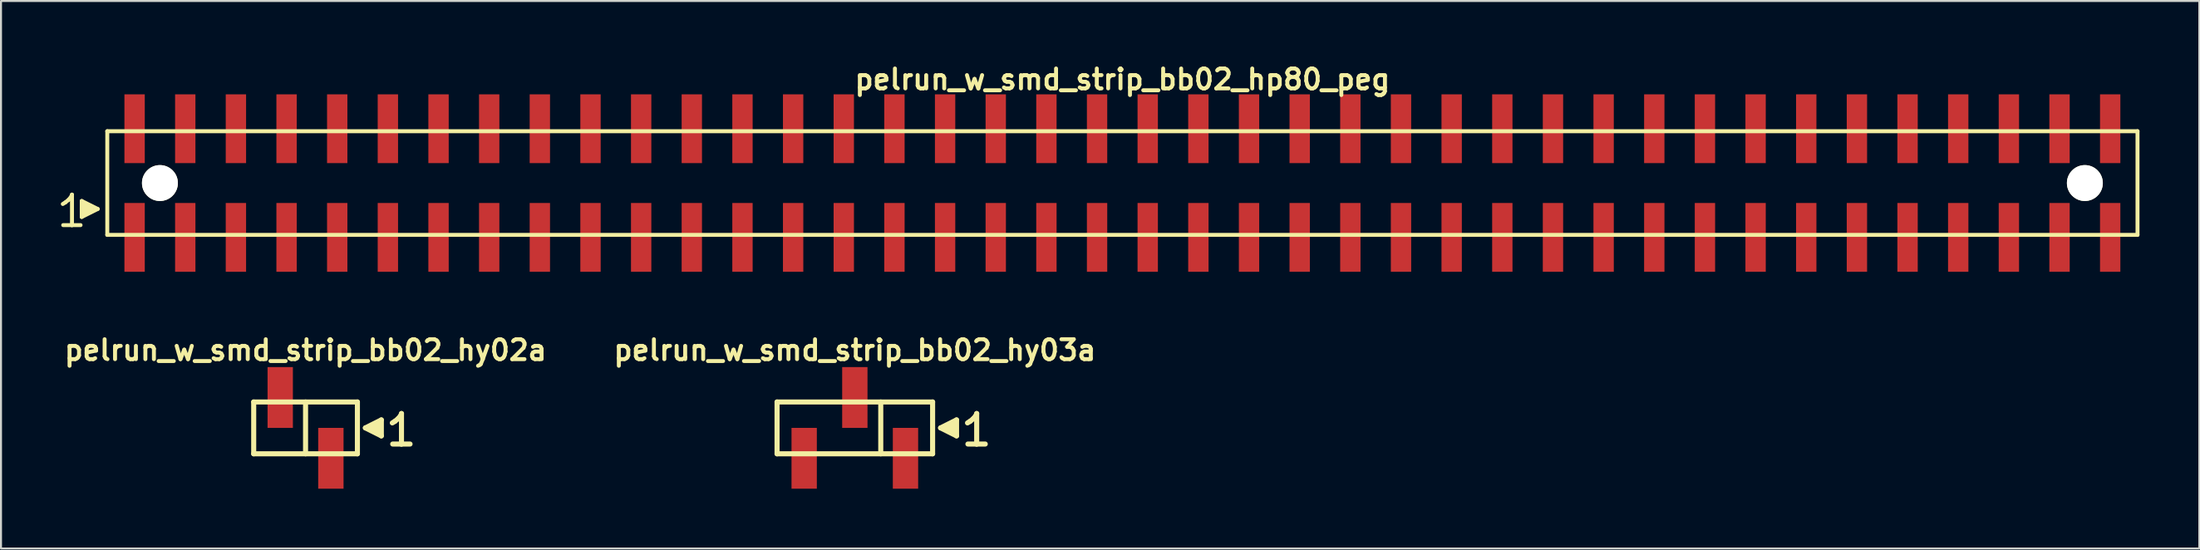
<source format=kicad_pcb>
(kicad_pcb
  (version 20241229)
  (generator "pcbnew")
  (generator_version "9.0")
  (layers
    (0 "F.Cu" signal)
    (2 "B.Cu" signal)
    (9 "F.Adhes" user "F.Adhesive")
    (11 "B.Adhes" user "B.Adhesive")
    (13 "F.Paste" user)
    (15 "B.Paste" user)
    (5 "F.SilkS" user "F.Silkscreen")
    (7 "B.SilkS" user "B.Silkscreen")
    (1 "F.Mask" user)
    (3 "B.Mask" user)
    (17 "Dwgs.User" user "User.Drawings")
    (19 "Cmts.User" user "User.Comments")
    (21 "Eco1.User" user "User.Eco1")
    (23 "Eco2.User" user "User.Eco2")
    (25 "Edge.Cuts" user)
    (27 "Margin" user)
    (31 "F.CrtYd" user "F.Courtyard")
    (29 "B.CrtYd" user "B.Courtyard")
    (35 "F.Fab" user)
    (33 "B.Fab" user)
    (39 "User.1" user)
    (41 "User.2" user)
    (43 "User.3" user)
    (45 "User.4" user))
  (footprint "pelrun_w_smd_strip_bb02_hy03a"
    (layer "F.Cu")
    (at 39.813 18.413)
    (property "Reference" "pelrun_w_smd_strip_bb02_hy03a" (at 0 -3.9 0) (layer "F.SilkS") (effects (font (size 0.998 0.998) (thickness 0.198))))
    (attr through_hole)
    (fp_line (start -3.9 -1.3) (end 3.9 -1.3) (stroke (width 0.254) (type solid)) (layer "F.SilkS"))
    (fp_line (start -3.9 1.3) (end -3.9 -1.3) (stroke (width 0.254) (type solid)) (layer "F.SilkS"))
    (fp_line (start 1.3 1.3) (end 1.3 -1.3) (stroke (width 0.254) (type solid)) (layer "F.SilkS"))
    (fp_line (start 3.9 -1.3) (end 3.9 1.3) (stroke (width 0.254) (type solid)) (layer "F.SilkS"))
    (fp_line (start 3.9 1.3) (end -3.9 1.3) (stroke (width 0.254) (type solid)) (layer "F.SilkS"))
    (fp_line (start 4.3 0) (end 5.1 0.4) (stroke (width 0.254) (type solid)) (layer "F.SilkS"))
    (fp_line (start 4.6 0.1) (end 4.6 -0.1) (stroke (width 0.254) (type solid)) (layer "F.SilkS"))
    (fp_line (start 4.7 -0.1) (end 4.7 0.1) (stroke (width 0.254) (type solid)) (layer "F.SilkS"))
    (fp_line (start 4.8 0.2) (end 4.8 -0.2) (stroke (width 0.254) (type solid)) (layer "F.SilkS"))
    (fp_line (start 4.9 -0.2) (end 4.9 0.2) (stroke (width 0.254) (type solid)) (layer "F.SilkS"))
    (fp_line (start 5 0.3) (end 5 -0.3) (stroke (width 0.254) (type solid)) (layer "F.SilkS"))
    (fp_line (start 5.1 -0.4) (end 4.3 0) (stroke (width 0.254) (type solid)) (layer "F.SilkS"))
    (fp_line (start 5.1 0.4) (end 5.1 -0.4) (stroke (width 0.254) (type solid)) (layer "F.SilkS"))
    (fp_line (start 5.65 -0.25) (end 5.78 -0.33) (stroke (width 0.254) (type solid)) (layer "F.SilkS"))
    (fp_line (start 5.78 -0.33) (end 5.94 -0.46) (stroke (width 0.254) (type solid)) (layer "F.SilkS"))
    (fp_line (start 5.94 -0.46) (end 6.08 -0.63) (stroke (width 0.254) (type solid)) (layer "F.SilkS"))
    (fp_line (start 6.08 -0.63) (end 6.11 -0.72) (stroke (width 0.254) (type solid)) (layer "F.SilkS"))
    (fp_line (start 6.11 -0.72) (end 6.11 0.81) (stroke (width 0.254) (type solid)) (layer "F.SilkS"))
    (fp_line (start 6.11 0.81) (end 5.67 0.81) (stroke (width 0.254) (type solid)) (layer "F.SilkS"))
    (fp_line (start 6.54 0.81) (end 6.1 0.81) (stroke (width 0.254) (type solid)) (layer "F.SilkS"))
    (pad "1" smd rect (at 2.54 1.525) (size 1.27 3.05) (layers "F.Cu" "F.Mask" "F.Paste"))
    (pad "2" smd rect (at 0 -1.525) (size 1.27 3.05) (layers "F.Cu" "F.Mask" "F.Paste"))
    (pad "3" smd rect (at -2.54 1.525) (size 1.27 3.05) (layers "F.Cu" "F.Mask" "F.Paste")))
  (footprint "pelrun_w_smd_strip_bb02_hy02a"
    (layer "F.Cu")
    (at 12.271 18.413)
    (property "Reference" "pelrun_w_smd_strip_bb02_hy02a" (at 0 -3.9 0) (layer "F.SilkS") (effects (font (size 0.998 0.998) (thickness 0.198))))
    (attr through_hole)
    (fp_line (start -2.6 -1.3) (end 2.6 -1.3) (stroke (width 0.254) (type solid)) (layer "F.SilkS"))
    (fp_line (start -2.6 1.3) (end -2.6 -1.3) (stroke (width 0.254) (type solid)) (layer "F.SilkS"))
    (fp_line (start 0 1.3) (end 0 -1.3) (stroke (width 0.254) (type solid)) (layer "F.SilkS"))
    (fp_line (start 2.6 -1.3) (end 2.6 1.3) (stroke (width 0.254) (type solid)) (layer "F.SilkS"))
    (fp_line (start 2.6 1.3) (end -2.6 1.3) (stroke (width 0.254) (type solid)) (layer "F.SilkS"))
    (fp_line (start 3 0) (end 3.8 0.4) (stroke (width 0.254) (type solid)) (layer "F.SilkS"))
    (fp_line (start 3.3 0.1) (end 3.3 -0.1) (stroke (width 0.254) (type solid)) (layer "F.SilkS"))
    (fp_line (start 3.4 -0.1) (end 3.4 0.1) (stroke (width 0.254) (type solid)) (layer "F.SilkS"))
    (fp_line (start 3.5 0.2) (end 3.5 -0.2) (stroke (width 0.254) (type solid)) (layer "F.SilkS"))
    (fp_line (start 3.6 -0.2) (end 3.6 0.2) (stroke (width 0.254) (type solid)) (layer "F.SilkS"))
    (fp_line (start 3.7 0.3) (end 3.7 -0.3) (stroke (width 0.254) (type solid)) (layer "F.SilkS"))
    (fp_line (start 3.8 -0.4) (end 3 0) (stroke (width 0.254) (type solid)) (layer "F.SilkS"))
    (fp_line (start 3.8 0.4) (end 3.8 -0.4) (stroke (width 0.254) (type solid)) (layer "F.SilkS"))
    (fp_line (start 4.35 -0.25) (end 4.48 -0.33) (stroke (width 0.254) (type solid)) (layer "F.SilkS"))
    (fp_line (start 4.48 -0.33) (end 4.64 -0.46) (stroke (width 0.254) (type solid)) (layer "F.SilkS"))
    (fp_line (start 4.64 -0.46) (end 4.78 -0.63) (stroke (width 0.254) (type solid)) (layer "F.SilkS"))
    (fp_line (start 4.78 -0.63) (end 4.81 -0.72) (stroke (width 0.254) (type solid)) (layer "F.SilkS"))
    (fp_line (start 4.81 -0.72) (end 4.81 0.81) (stroke (width 0.254) (type solid)) (layer "F.SilkS"))
    (fp_line (start 4.81 0.81) (end 4.37 0.81) (stroke (width 0.254) (type solid)) (layer "F.SilkS"))
    (fp_line (start 5.24 0.81) (end 4.8 0.81) (stroke (width 0.254) (type solid)) (layer "F.SilkS"))
    (pad "1" smd rect (at 1.27 1.525) (size 1.27 3.05) (layers "F.Cu" "F.Mask" "F.Paste"))
    (pad "2" smd rect (at -1.27 -1.525) (size 1.27 3.05) (layers "F.Cu" "F.Mask" "F.Paste")))
  (footprint "pelrun_w_smd_strip_bb02_hp80_peg"
    (layer "F.Cu")
    (at 53.229 6.132)
    (property "Reference" "pelrun_w_smd_strip_bb02_hp80_peg" (at 0 -5.2 0) (layer "F.SilkS") (effects (font (size 0.998 0.998) (thickness 0.198))))
    (attr through_hole)
    (fp_line (start -53.13 1.05) (end -53 0.97) (stroke (width 0.198) (type solid)) (layer "F.SilkS"))
    (fp_line (start -53 0.97) (end -52.84 0.84) (stroke (width 0.198) (type solid)) (layer "F.SilkS"))
    (fp_line (start -52.84 0.84) (end -52.7 0.67) (stroke (width 0.198) (type solid)) (layer "F.SilkS"))
    (fp_line (start -52.7 0.67) (end -52.67 0.58) (stroke (width 0.198) (type solid)) (layer "F.SilkS"))
    (fp_line (start -52.67 0.58) (end -52.67 2.11) (stroke (width 0.198) (type solid)) (layer "F.SilkS"))
    (fp_line (start -52.67 2.11) (end -53.11 2.11) (stroke (width 0.198) (type solid)) (layer "F.SilkS"))
    (fp_line (start -52.24 2.11) (end -52.68 2.11) (stroke (width 0.198) (type solid)) (layer "F.SilkS"))
    (fp_line (start -52.18 0.9) (end -51.38 1.3) (stroke (width 0.198) (type solid)) (layer "F.SilkS"))
    (fp_line (start -52.18 1.7) (end -52.18 0.9) (stroke (width 0.198) (type solid)) (layer "F.SilkS"))
    (fp_line (start -52.08 1.6) (end -52.08 1) (stroke (width 0.198) (type solid)) (layer "F.SilkS"))
    (fp_line (start -51.98 1.1) (end -51.98 1.5) (stroke (width 0.198) (type solid)) (layer "F.SilkS"))
    (fp_line (start -51.88 1.5) (end -51.88 1.1) (stroke (width 0.198) (type solid)) (layer "F.SilkS"))
    (fp_line (start -51.78 1.2) (end -51.78 1.4) (stroke (width 0.198) (type solid)) (layer "F.SilkS"))
    (fp_line (start -51.68 1.4) (end -51.68 1.2) (stroke (width 0.198) (type solid)) (layer "F.SilkS"))
    (fp_line (start -51.38 1.3) (end -52.18 1.7) (stroke (width 0.198) (type solid)) (layer "F.SilkS"))
    (fp_line (start -50.9 -2.6) (end -50.9 2.6) (stroke (width 0.198) (type solid)) (layer "F.SilkS"))
    (fp_line (start -50.9 -2.6) (end 50.9 -2.6) (stroke (width 0.198) (type solid)) (layer "F.SilkS"))
    (fp_line (start -50.9 2.6) (end 50.9 2.6) (stroke (width 0.198) (type solid)) (layer "F.SilkS"))
    (fp_line (start 50.9 2.6) (end 50.9 -2.6) (stroke (width 0.198) (type solid)) (layer "F.SilkS"))
    (pad "" np_thru_hole circle (at -48.26 0) (size 1.8 1.8) (drill 1.8) (layers "*.Cu" "*.Mask" "F.SilkS"))
    (pad "" np_thru_hole circle (at 48.26 0) (size 1.8 1.8) (drill 1.8) (layers "*.Cu" "*.Mask" "F.SilkS"))
    (pad "1" smd rect (at -49.53 2.725) (size 1.02 3.45) (layers "F.Cu" "F.Mask" "F.Paste"))
    (pad "2" smd rect (at -49.53 -2.725) (size 1.02 3.45) (layers "F.Cu" "F.Mask" "F.Paste"))
    (pad "3" smd rect (at -46.99 2.725) (size 1.02 3.45) (layers "F.Cu" "F.Mask" "F.Paste"))
    (pad "4" smd rect (at -46.99 -2.725) (size 1.02 3.45) (layers "F.Cu" "F.Mask" "F.Paste"))
    (pad "5" smd rect (at -44.45 2.725) (size 1.02 3.45) (layers "F.Cu" "F.Mask" "F.Paste"))
    (pad "6" smd rect (at -44.45 -2.725) (size 1.02 3.45) (layers "F.Cu" "F.Mask" "F.Paste"))
    (pad "7" smd rect (at -41.91 2.725) (size 1.02 3.45) (layers "F.Cu" "F.Mask" "F.Paste"))
    (pad "8" smd rect (at -41.91 -2.725) (size 1.02 3.45) (layers "F.Cu" "F.Mask" "F.Paste"))
    (pad "9" smd rect (at -39.37 2.725) (size 1.02 3.45) (layers "F.Cu" "F.Mask" "F.Paste"))
    (pad "10" smd rect (at -39.37 -2.725) (size 1.02 3.45) (layers "F.Cu" "F.Mask" "F.Paste"))
    (pad "11" smd rect (at -36.83 2.725) (size 1.02 3.45) (layers "F.Cu" "F.Mask" "F.Paste"))
    (pad "12" smd rect (at -36.83 -2.725) (size 1.02 3.45) (layers "F.Cu" "F.Mask" "F.Paste"))
    (pad "13" smd rect (at -34.29 2.725) (size 1.02 3.45) (layers "F.Cu" "F.Mask" "F.Paste"))
    (pad "14" smd rect (at -34.29 -2.725) (size 1.02 3.45) (layers "F.Cu" "F.Mask" "F.Paste"))
    (pad "15" smd rect (at -31.75 2.725) (size 1.02 3.45) (layers "F.Cu" "F.Mask" "F.Paste"))
    (pad "16" smd rect (at -31.75 -2.725) (size 1.02 3.45) (layers "F.Cu" "F.Mask" "F.Paste"))
    (pad "17" smd rect (at -29.21 2.725) (size 1.02 3.45) (layers "F.Cu" "F.Mask" "F.Paste"))
    (pad "18" smd rect (at -29.21 -2.725) (size 1.02 3.45) (layers "F.Cu" "F.Mask" "F.Paste"))
    (pad "19" smd rect (at -26.67 2.725) (size 1.02 3.45) (layers "F.Cu" "F.Mask" "F.Paste"))
    (pad "20" smd rect (at -26.67 -2.725) (size 1.02 3.45) (layers "F.Cu" "F.Mask" "F.Paste"))
    (pad "21" smd rect (at -24.13 2.725) (size 1.02 3.45) (layers "F.Cu" "F.Mask" "F.Paste"))
    (pad "22" smd rect (at -24.13 -2.725) (size 1.02 3.45) (layers "F.Cu" "F.Mask" "F.Paste"))
    (pad "23" smd rect (at -21.59 2.725) (size 1.02 3.45) (layers "F.Cu" "F.Mask" "F.Paste"))
    (pad "24" smd rect (at -21.59 -2.725) (size 1.02 3.45) (layers "F.Cu" "F.Mask" "F.Paste"))
    (pad "25" smd rect (at -19.05 2.725) (size 1.02 3.45) (layers "F.Cu" "F.Mask" "F.Paste"))
    (pad "26" smd rect (at -19.05 -2.725) (size 1.02 3.45) (layers "F.Cu" "F.Mask" "F.Paste"))
    (pad "27" smd rect (at -16.51 2.725) (size 1.02 3.45) (layers "F.Cu" "F.Mask" "F.Paste"))
    (pad "28" smd rect (at -16.51 -2.725) (size 1.02 3.45) (layers "F.Cu" "F.Mask" "F.Paste"))
    (pad "29" smd rect (at -13.97 2.725) (size 1.02 3.45) (layers "F.Cu" "F.Mask" "F.Paste"))
    (pad "30" smd rect (at -13.97 -2.725) (size 1.02 3.45) (layers "F.Cu" "F.Mask" "F.Paste"))
    (pad "31" smd rect (at -11.43 2.725) (size 1.02 3.45) (layers "F.Cu" "F.Mask" "F.Paste"))
    (pad "32" smd rect (at -11.43 -2.725) (size 1.02 3.45) (layers "F.Cu" "F.Mask" "F.Paste"))
    (pad "33" smd rect (at -8.89 2.725) (size 1.02 3.45) (layers "F.Cu" "F.Mask" "F.Paste"))
    (pad "34" smd rect (at -8.89 -2.725) (size 1.02 3.45) (layers "F.Cu" "F.Mask" "F.Paste"))
    (pad "35" smd rect (at -6.35 2.725) (size 1.02 3.45) (layers "F.Cu" "F.Mask" "F.Paste"))
    (pad "36" smd rect (at -6.35 -2.725) (size 1.02 3.45) (layers "F.Cu" "F.Mask" "F.Paste"))
    (pad "37" smd rect (at -3.81 2.725) (size 1.02 3.45) (layers "F.Cu" "F.Mask" "F.Paste"))
    (pad "38" smd rect (at -3.81 -2.725) (size 1.02 3.45) (layers "F.Cu" "F.Mask" "F.Paste"))
    (pad "39" smd rect (at -1.27 2.725) (size 1.02 3.45) (layers "F.Cu" "F.Mask" "F.Paste"))
    (pad "40" smd rect (at -1.27 -2.725) (size 1.02 3.45) (layers "F.Cu" "F.Mask" "F.Paste"))
    (pad "41" smd rect (at 1.27 2.725) (size 1.02 3.45) (layers "F.Cu" "F.Mask" "F.Paste"))
    (pad "42" smd rect (at 1.27 -2.725) (size 1.02 3.45) (layers "F.Cu" "F.Mask" "F.Paste"))
    (pad "43" smd rect (at 3.81 2.725) (size 1.02 3.45) (layers "F.Cu" "F.Mask" "F.Paste"))
    (pad "44" smd rect (at 3.81 -2.725) (size 1.02 3.45) (layers "F.Cu" "F.Mask" "F.Paste"))
    (pad "45" smd rect (at 6.35 2.725) (size 1.02 3.45) (layers "F.Cu" "F.Mask" "F.Paste"))
    (pad "46" smd rect (at 6.35 -2.725) (size 1.02 3.45) (layers "F.Cu" "F.Mask" "F.Paste"))
    (pad "47" smd rect (at 8.89 2.725) (size 1.02 3.45) (layers "F.Cu" "F.Mask" "F.Paste"))
    (pad "48" smd rect (at 8.89 -2.725) (size 1.02 3.45) (layers "F.Cu" "F.Mask" "F.Paste"))
    (pad "49" smd rect (at 11.43 2.725) (size 1.02 3.45) (layers "F.Cu" "F.Mask" "F.Paste"))
    (pad "50" smd rect (at 11.43 -2.725) (size 1.02 3.45) (layers "F.Cu" "F.Mask" "F.Paste"))
    (pad "51" smd rect (at 13.97 2.725) (size 1.02 3.45) (layers "F.Cu" "F.Mask" "F.Paste"))
    (pad "52" smd rect (at 13.97 -2.725) (size 1.02 3.45) (layers "F.Cu" "F.Mask" "F.Paste"))
    (pad "53" smd rect (at 16.51 2.725) (size 1.02 3.45) (layers "F.Cu" "F.Mask" "F.Paste"))
    (pad "54" smd rect (at 16.51 -2.725) (size 1.02 3.45) (layers "F.Cu" "F.Mask" "F.Paste"))
    (pad "55" smd rect (at 19.05 2.725) (size 1.02 3.45) (layers "F.Cu" "F.Mask" "F.Paste"))
    (pad "56" smd rect (at 19.05 -2.725) (size 1.02 3.45) (layers "F.Cu" "F.Mask" "F.Paste"))
    (pad "57" smd rect (at 21.59 2.725) (size 1.02 3.45) (layers "F.Cu" "F.Mask" "F.Paste"))
    (pad "58" smd rect (at 21.59 -2.725) (size 1.02 3.45) (layers "F.Cu" "F.Mask" "F.Paste"))
    (pad "59" smd rect (at 24.13 2.725) (size 1.02 3.45) (layers "F.Cu" "F.Mask" "F.Paste"))
    (pad "60" smd rect (at 24.13 -2.725) (size 1.02 3.45) (layers "F.Cu" "F.Mask" "F.Paste"))
    (pad "61" smd rect (at 26.67 2.725) (size 1.02 3.45) (layers "F.Cu" "F.Mask" "F.Paste"))
    (pad "62" smd rect (at 26.67 -2.725) (size 1.02 3.45) (layers "F.Cu" "F.Mask" "F.Paste"))
    (pad "63" smd rect (at 29.21 2.725) (size 1.02 3.45) (layers "F.Cu" "F.Mask" "F.Paste"))
    (pad "64" smd rect (at 29.21 -2.725) (size 1.02 3.45) (layers "F.Cu" "F.Mask" "F.Paste"))
    (pad "65" smd rect (at 31.75 2.725) (size 1.02 3.45) (layers "F.Cu" "F.Mask" "F.Paste"))
    (pad "66" smd rect (at 31.75 -2.725) (size 1.02 3.45) (layers "F.Cu" "F.Mask" "F.Paste"))
    (pad "67" smd rect (at 34.29 2.725) (size 1.02 3.45) (layers "F.Cu" "F.Mask" "F.Paste"))
    (pad "68" smd rect (at 34.29 -2.725) (size 1.02 3.45) (layers "F.Cu" "F.Mask" "F.Paste"))
    (pad "69" smd rect (at 36.83 2.725) (size 1.02 3.45) (layers "F.Cu" "F.Mask" "F.Paste"))
    (pad "70" smd rect (at 36.83 -2.725) (size 1.02 3.45) (layers "F.Cu" "F.Mask" "F.Paste"))
    (pad "71" smd rect (at 39.37 2.725) (size 1.02 3.45) (layers "F.Cu" "F.Mask" "F.Paste"))
    (pad "72" smd rect (at 39.37 -2.725) (size 1.02 3.45) (layers "F.Cu" "F.Mask" "F.Paste"))
    (pad "73" smd rect (at 41.91 2.725) (size 1.02 3.45) (layers "F.Cu" "F.Mask" "F.Paste"))
    (pad "74" smd rect (at 41.91 -2.725) (size 1.02 3.45) (layers "F.Cu" "F.Mask" "F.Paste"))
    (pad "75" smd rect (at 44.45 2.725) (size 1.02 3.45) (layers "F.Cu" "F.Mask" "F.Paste"))
    (pad "76" smd rect (at 44.45 -2.725) (size 1.02 3.45) (layers "F.Cu" "F.Mask" "F.Paste"))
    (pad "77" smd rect (at 46.99 2.725) (size 1.02 3.45) (layers "F.Cu" "F.Mask" "F.Paste"))
    (pad "78" smd rect (at 46.99 -2.725) (size 1.02 3.45) (layers "F.Cu" "F.Mask" "F.Paste"))
    (pad "79" smd rect (at 49.53 2.725) (size 1.02 3.45) (layers "F.Cu" "F.Mask" "F.Paste"))
    (pad "80" smd rect (at 49.53 -2.725) (size 1.02 3.45) (layers "F.Cu" "F.Mask" "F.Paste")))
  (gr_rect
    (start -3 -3)
    (end 107.228 24.463)
    (stroke (width 0.1) (type default))
    (fill no)
    (layer "Edge.Cuts")))
</source>
